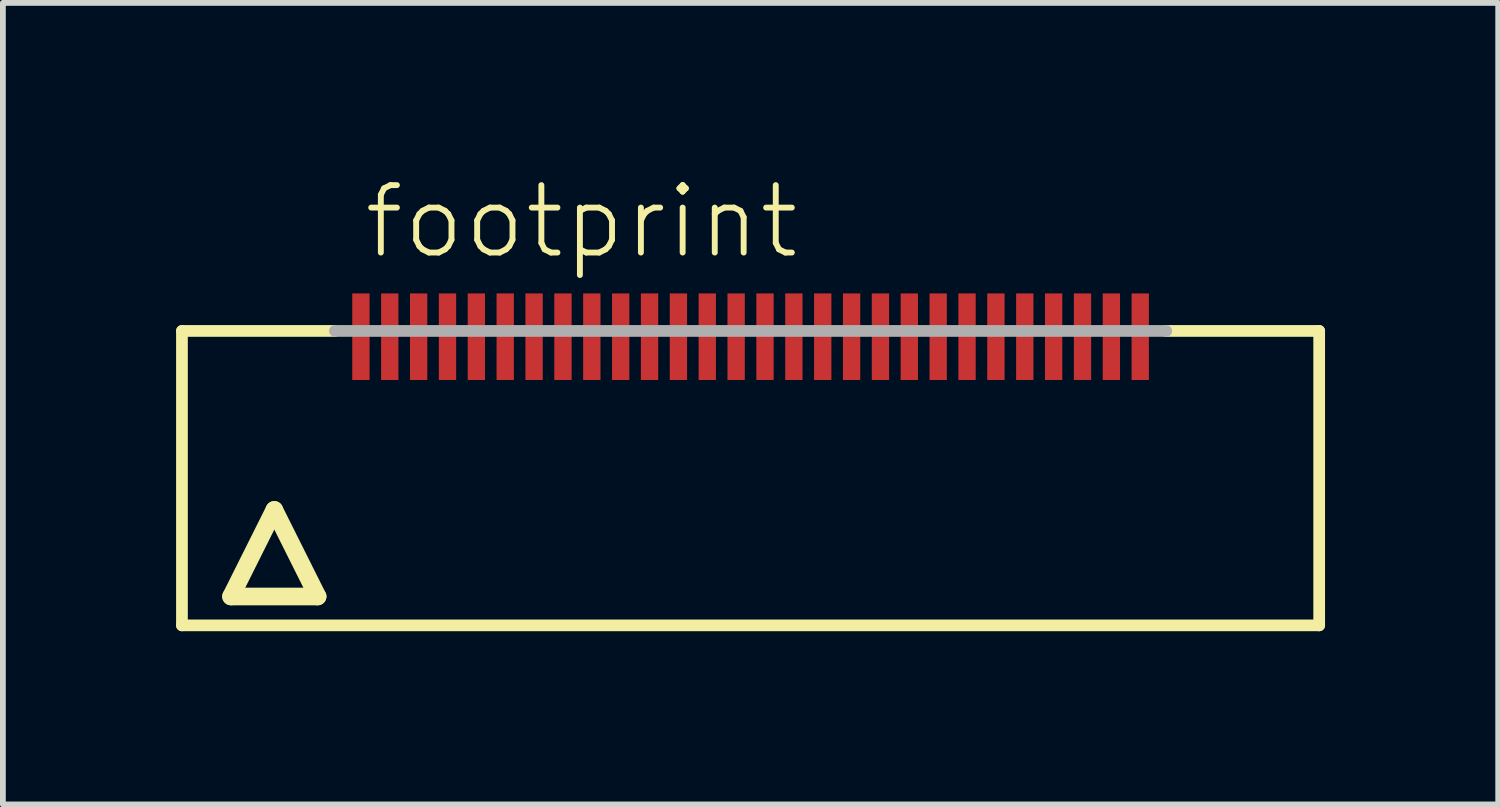
<source format=kicad_pcb>
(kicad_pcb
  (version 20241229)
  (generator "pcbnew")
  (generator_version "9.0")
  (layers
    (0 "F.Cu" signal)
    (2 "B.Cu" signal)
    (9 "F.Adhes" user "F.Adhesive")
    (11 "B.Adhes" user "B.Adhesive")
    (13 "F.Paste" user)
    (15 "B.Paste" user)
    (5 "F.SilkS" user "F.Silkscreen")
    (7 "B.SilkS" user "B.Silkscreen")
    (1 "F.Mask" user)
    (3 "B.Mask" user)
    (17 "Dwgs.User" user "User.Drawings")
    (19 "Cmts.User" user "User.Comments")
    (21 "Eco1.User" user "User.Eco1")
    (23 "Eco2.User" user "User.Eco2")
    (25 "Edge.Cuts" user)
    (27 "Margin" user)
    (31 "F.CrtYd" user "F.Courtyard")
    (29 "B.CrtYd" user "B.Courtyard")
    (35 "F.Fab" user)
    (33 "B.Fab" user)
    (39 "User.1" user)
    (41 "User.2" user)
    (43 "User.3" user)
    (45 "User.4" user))
  (footprint "footprint"
    (layer "F.Cu")
    (at 9.952 5.283)
    (property "Reference" "footprint" (at -6.75 -3.81 0) (layer "F.SilkS") (effects (font (size 1.168 1.168) (thickness 0.102)) (justify left bottom)))
    (fp_line (start -9.85 -2.6) (end -7.2 -2.6) (stroke (width 0.203) (type solid)) (layer "F.SilkS"))
    (fp_line (start -9.85 2.5) (end -9.85 -2.6) (stroke (width 0.203) (type solid)) (layer "F.SilkS"))
    (fp_line (start -9 2) (end -7.5 2) (stroke (width 0.305) (type solid)) (layer "F.SilkS"))
    (fp_line (start -8.25 0.5) (end -9 2) (stroke (width 0.305) (type solid)) (layer "F.SilkS"))
    (fp_line (start -7.5 2) (end -8.25 0.5) (stroke (width 0.305) (type solid)) (layer "F.SilkS"))
    (fp_line (start 7.2 -2.6) (end 9.85 -2.6) (stroke (width 0.203) (type solid)) (layer "F.SilkS"))
    (fp_line (start 9.85 -2.6) (end 9.85 2.5) (stroke (width 0.203) (type solid)) (layer "F.SilkS"))
    (fp_line (start 9.85 2.5) (end -9.85 2.5) (stroke (width 0.203) (type solid)) (layer "F.SilkS"))
    (fp_line (start -7.2 -2.6) (end 7.2 -2.6) (stroke (width 0.203) (type solid)) (layer "F.Fab"))
    (pad "1" smd rect (at -6.75 -2.5) (size 0.3 1.5) (layers "F.Cu" "F.Mask" "F.Paste"))
    (pad "2" smd rect (at -6.25 -2.5) (size 0.3 1.5) (layers "F.Cu" "F.Mask" "F.Paste"))
    (pad "3" smd rect (at -5.75 -2.5) (size 0.3 1.5) (layers "F.Cu" "F.Mask" "F.Paste"))
    (pad "4" smd rect (at -5.25 -2.5) (size 0.3 1.5) (layers "F.Cu" "F.Mask" "F.Paste"))
    (pad "5" smd rect (at -4.75 -2.5) (size 0.3 1.5) (layers "F.Cu" "F.Mask" "F.Paste"))
    (pad "6" smd rect (at -4.25 -2.5) (size 0.3 1.5) (layers "F.Cu" "F.Mask" "F.Paste"))
    (pad "7" smd rect (at -3.75 -2.5) (size 0.3 1.5) (layers "F.Cu" "F.Mask" "F.Paste"))
    (pad "8" smd rect (at -3.25 -2.5) (size 0.3 1.5) (layers "F.Cu" "F.Mask" "F.Paste"))
    (pad "9" smd rect (at -2.75 -2.5) (size 0.3 1.5) (layers "F.Cu" "F.Mask" "F.Paste"))
    (pad "10" smd rect (at -2.25 -2.5) (size 0.3 1.5) (layers "F.Cu" "F.Mask" "F.Paste"))
    (pad "11" smd rect (at -1.75 -2.5) (size 0.3 1.5) (layers "F.Cu" "F.Mask" "F.Paste"))
    (pad "12" smd rect (at -1.25 -2.5) (size 0.3 1.5) (layers "F.Cu" "F.Mask" "F.Paste"))
    (pad "13" smd rect (at -0.75 -2.5) (size 0.3 1.5) (layers "F.Cu" "F.Mask" "F.Paste"))
    (pad "14" smd rect (at -0.25 -2.5) (size 0.3 1.5) (layers "F.Cu" "F.Mask" "F.Paste"))
    (pad "15" smd rect (at 0.25 -2.5) (size 0.3 1.5) (layers "F.Cu" "F.Mask" "F.Paste"))
    (pad "16" smd rect (at 0.75 -2.5) (size 0.3 1.5) (layers "F.Cu" "F.Mask" "F.Paste"))
    (pad "17" smd rect (at 1.25 -2.5) (size 0.3 1.5) (layers "F.Cu" "F.Mask" "F.Paste"))
    (pad "18" smd rect (at 1.75 -2.5) (size 0.3 1.5) (layers "F.Cu" "F.Mask" "F.Paste"))
    (pad "19" smd rect (at 2.25 -2.5) (size 0.3 1.5) (layers "F.Cu" "F.Mask" "F.Paste"))
    (pad "20" smd rect (at 2.75 -2.5) (size 0.3 1.5) (layers "F.Cu" "F.Mask" "F.Paste"))
    (pad "21" smd rect (at 3.25 -2.5) (size 0.3 1.5) (layers "F.Cu" "F.Mask" "F.Paste"))
    (pad "22" smd rect (at 3.75 -2.5) (size 0.3 1.5) (layers "F.Cu" "F.Mask" "F.Paste"))
    (pad "23" smd rect (at 4.25 -2.5) (size 0.3 1.5) (layers "F.Cu" "F.Mask" "F.Paste"))
    (pad "24" smd rect (at 4.75 -2.5) (size 0.3 1.5) (layers "F.Cu" "F.Mask" "F.Paste"))
    (pad "25" smd rect (at 5.25 -2.5) (size 0.3 1.5) (layers "F.Cu" "F.Mask" "F.Paste"))
    (pad "26" smd rect (at 5.75 -2.5) (size 0.3 1.5) (layers "F.Cu" "F.Mask" "F.Paste"))
    (pad "27" smd rect (at 6.25 -2.5) (size 0.3 1.5) (layers "F.Cu" "F.Mask" "F.Paste"))
    (pad "28" smd rect (at 6.75 -2.5) (size 0.3 1.5) (layers "F.Cu" "F.Mask" "F.Paste")))
  (gr_rect
    (start -3 -3)
    (end 22.903 10.885)
    (stroke (width 0.1) (type default))
    (fill no)
    (layer "Edge.Cuts")))
</source>
